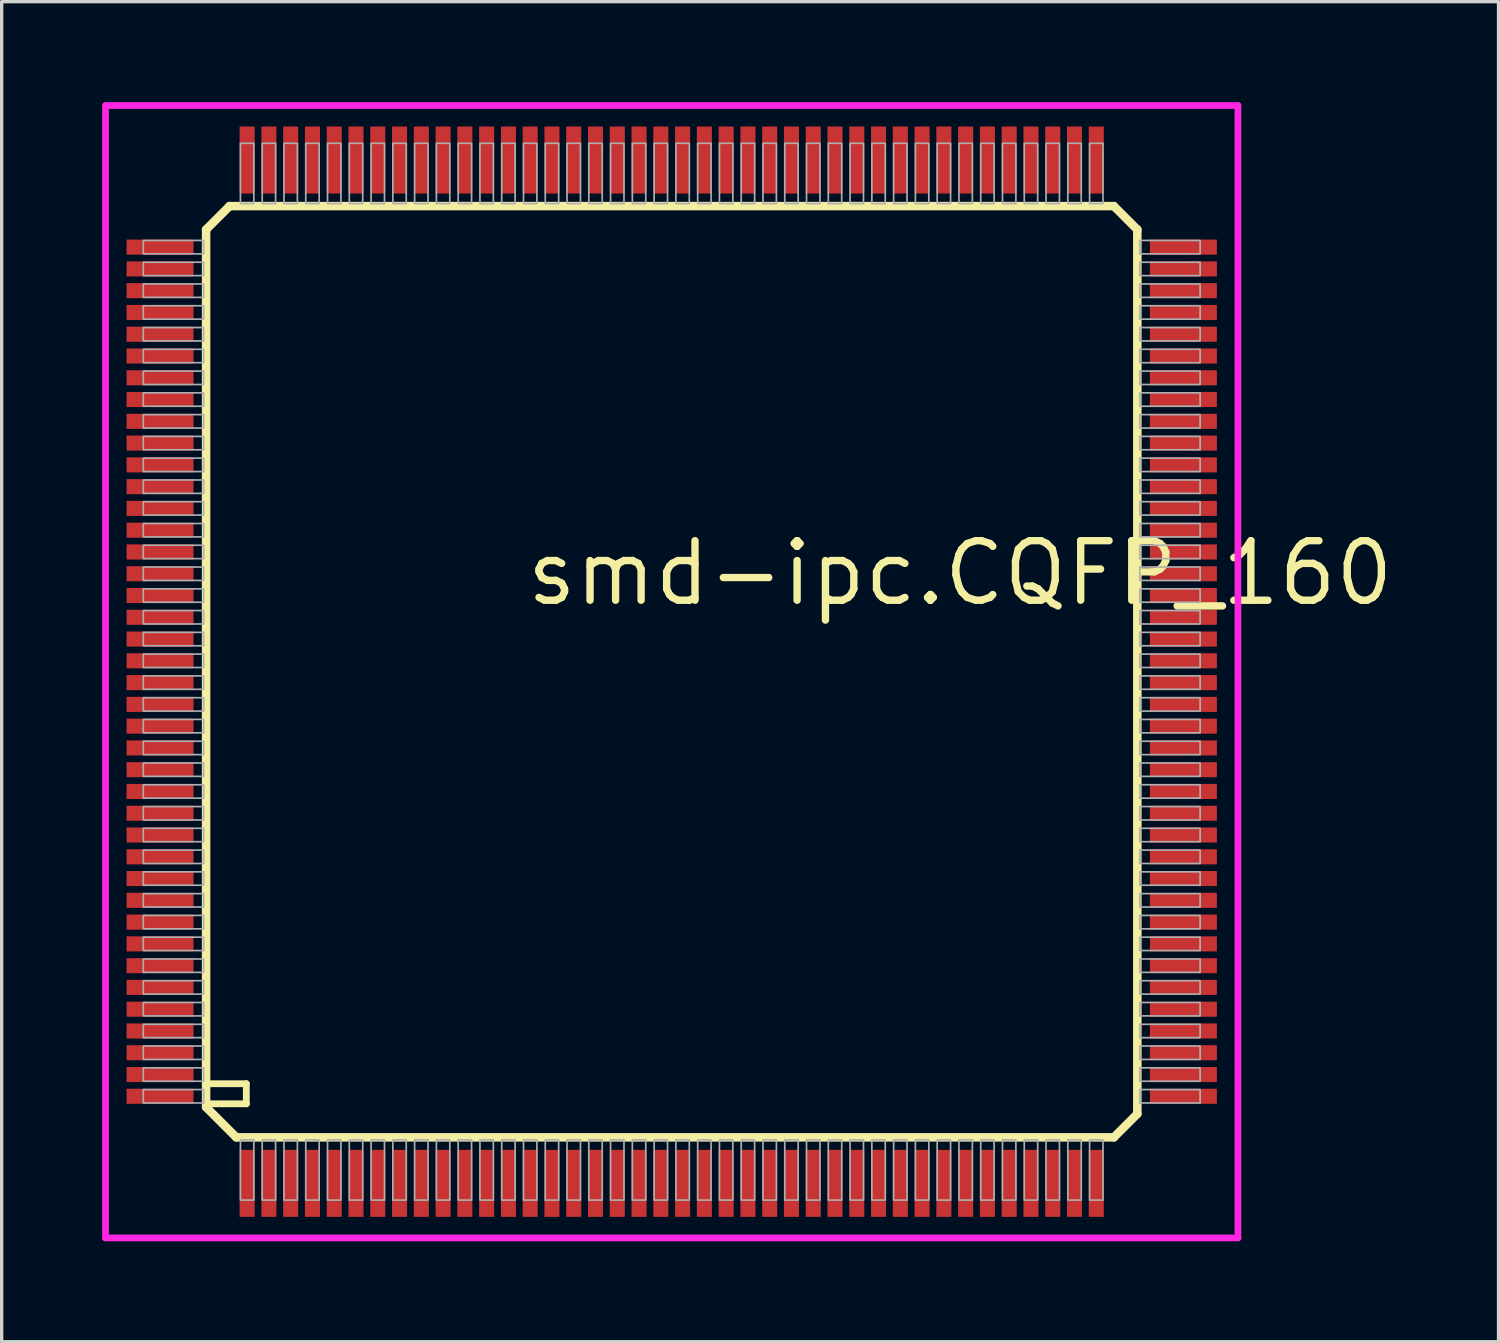
<source format=kicad_pcb>
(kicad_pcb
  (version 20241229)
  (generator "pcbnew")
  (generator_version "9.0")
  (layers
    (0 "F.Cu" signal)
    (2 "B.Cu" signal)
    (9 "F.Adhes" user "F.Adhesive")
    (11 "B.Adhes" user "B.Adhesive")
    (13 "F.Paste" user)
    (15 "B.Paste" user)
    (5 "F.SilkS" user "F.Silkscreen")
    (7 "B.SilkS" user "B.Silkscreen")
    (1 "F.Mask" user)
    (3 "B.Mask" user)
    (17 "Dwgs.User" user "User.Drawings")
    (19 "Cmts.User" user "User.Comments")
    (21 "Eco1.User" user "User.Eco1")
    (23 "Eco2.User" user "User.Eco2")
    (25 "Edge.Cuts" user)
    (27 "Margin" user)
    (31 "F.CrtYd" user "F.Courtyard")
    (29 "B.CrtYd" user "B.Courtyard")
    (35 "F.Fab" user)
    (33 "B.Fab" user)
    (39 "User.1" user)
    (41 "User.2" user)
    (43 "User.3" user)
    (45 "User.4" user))
  (footprint "smd-ipc.CQFP_160"
    (layer "F.Cu")
    (at 17.003 17.003)
    (property "Reference" "smd-ipc.CQFP_160" (at -4.445 -1.905 0) (layer "F.SilkS") (effects (font (size 1.778 1.778) (thickness 0.22)) (justify left bottom)))
    (attr smd)
    (fp_line (start -13.9 -13.2) (end -13.2 -13.9) (stroke (width 0.254) (type default)) (layer "F.SilkS"))
    (fp_line (start -13.9 13) (end -13.9 -13.2) (stroke (width 0.254) (type default)) (layer "F.SilkS"))
    (fp_line (start -13.8 12.3) (end -12.7 12.3) (stroke (width 0.203) (type default)) (layer "F.SilkS"))
    (fp_line (start -13.2 -13.9) (end 13.2 -13.9) (stroke (width 0.254) (type default)) (layer "F.SilkS"))
    (fp_line (start -13 13.9) (end -13.9 13) (stroke (width 0.254) (type default)) (layer "F.SilkS"))
    (fp_line (start -12.7 12.3) (end -12.7 12.9) (stroke (width 0.203) (type default)) (layer "F.SilkS"))
    (fp_line (start -12.7 12.9) (end -13.8 12.9) (stroke (width 0.203) (type default)) (layer "F.SilkS"))
    (fp_line (start 13.2 -13.9) (end 13.9 -13.2) (stroke (width 0.254) (type default)) (layer "F.SilkS"))
    (fp_line (start 13.2 13.9) (end -13 13.9) (stroke (width 0.254) (type default)) (layer "F.SilkS"))
    (fp_line (start 13.9 -13.2) (end 13.9 13.2) (stroke (width 0.254) (type default)) (layer "F.SilkS"))
    (fp_line (start 13.9 13.2) (end 13.2 13.9) (stroke (width 0.254) (type default)) (layer "F.SilkS"))
    (fp_line (start -16.903 -16.903) (end 16.903 -16.903) (stroke (width 0.2) (type default)) (layer "F.CrtYd"))
    (fp_line (start -16.903 16.903) (end -16.903 -16.903) (stroke (width 0.2) (type default)) (layer "F.CrtYd"))
    (fp_line (start 16.903 -16.903) (end 16.903 16.903) (stroke (width 0.2) (type default)) (layer "F.CrtYd"))
    (fp_line (start 16.903 16.903) (end -16.903 16.903) (stroke (width 0.2) (type default)) (layer "F.CrtYd"))
    (fp_rect (start -15.775 -12.475) (end -13.975 -12.875) (stroke (width 0.05) (type default)) (fill no) (layer "F.Fab"))
    (fp_rect (start -15.775 -11.825) (end -13.975 -12.225) (stroke (width 0.05) (type default)) (fill no) (layer "F.Fab"))
    (fp_rect (start -15.775 -11.175) (end -13.975 -11.575) (stroke (width 0.05) (type default)) (fill no) (layer "F.Fab"))
    (fp_rect (start -15.775 -10.525) (end -13.975 -10.925) (stroke (width 0.05) (type default)) (fill no) (layer "F.Fab"))
    (fp_rect (start -15.775 -9.875) (end -13.975 -10.275) (stroke (width 0.05) (type default)) (fill no) (layer "F.Fab"))
    (fp_rect (start -15.775 -9.225) (end -13.975 -9.625) (stroke (width 0.05) (type default)) (fill no) (layer "F.Fab"))
    (fp_rect (start -15.775 -8.575) (end -13.975 -8.975) (stroke (width 0.05) (type default)) (fill no) (layer "F.Fab"))
    (fp_rect (start -15.775 -7.925) (end -13.975 -8.325) (stroke (width 0.05) (type default)) (fill no) (layer "F.Fab"))
    (fp_rect (start -15.775 -7.275) (end -13.975 -7.675) (stroke (width 0.05) (type default)) (fill no) (layer "F.Fab"))
    (fp_rect (start -15.775 -6.625) (end -13.975 -7.025) (stroke (width 0.05) (type default)) (fill no) (layer "F.Fab"))
    (fp_rect (start -15.775 -5.975) (end -13.975 -6.375) (stroke (width 0.05) (type default)) (fill no) (layer "F.Fab"))
    (fp_rect (start -15.775 -5.325) (end -13.975 -5.725) (stroke (width 0.05) (type default)) (fill no) (layer "F.Fab"))
    (fp_rect (start -15.775 -4.675) (end -13.975 -5.075) (stroke (width 0.05) (type default)) (fill no) (layer "F.Fab"))
    (fp_rect (start -15.775 -4.025) (end -13.975 -4.425) (stroke (width 0.05) (type default)) (fill no) (layer "F.Fab"))
    (fp_rect (start -15.775 -3.375) (end -13.975 -3.775) (stroke (width 0.05) (type default)) (fill no) (layer "F.Fab"))
    (fp_rect (start -15.775 -2.725) (end -13.975 -3.125) (stroke (width 0.05) (type default)) (fill no) (layer "F.Fab"))
    (fp_rect (start -15.775 -2.075) (end -13.975 -2.475) (stroke (width 0.05) (type default)) (fill no) (layer "F.Fab"))
    (fp_rect (start -15.775 -1.425) (end -13.975 -1.825) (stroke (width 0.05) (type default)) (fill no) (layer "F.Fab"))
    (fp_rect (start -15.775 -0.775) (end -13.975 -1.175) (stroke (width 0.05) (type default)) (fill no) (layer "F.Fab"))
    (fp_rect (start -15.775 -0.125) (end -13.975 -0.525) (stroke (width 0.05) (type default)) (fill no) (layer "F.Fab"))
    (fp_rect (start -15.775 0.525) (end -13.975 0.125) (stroke (width 0.05) (type default)) (fill no) (layer "F.Fab"))
    (fp_rect (start -15.775 1.175) (end -13.975 0.775) (stroke (width 0.05) (type default)) (fill no) (layer "F.Fab"))
    (fp_rect (start -15.775 1.825) (end -13.975 1.425) (stroke (width 0.05) (type default)) (fill no) (layer "F.Fab"))
    (fp_rect (start -15.775 2.475) (end -13.975 2.075) (stroke (width 0.05) (type default)) (fill no) (layer "F.Fab"))
    (fp_rect (start -15.775 3.125) (end -13.975 2.725) (stroke (width 0.05) (type default)) (fill no) (layer "F.Fab"))
    (fp_rect (start -15.775 3.775) (end -13.975 3.375) (stroke (width 0.05) (type default)) (fill no) (layer "F.Fab"))
    (fp_rect (start -15.775 4.425) (end -13.975 4.025) (stroke (width 0.05) (type default)) (fill no) (layer "F.Fab"))
    (fp_rect (start -15.775 5.075) (end -13.975 4.675) (stroke (width 0.05) (type default)) (fill no) (layer "F.Fab"))
    (fp_rect (start -15.775 5.725) (end -13.975 5.325) (stroke (width 0.05) (type default)) (fill no) (layer "F.Fab"))
    (fp_rect (start -15.775 6.375) (end -13.975 5.975) (stroke (width 0.05) (type default)) (fill no) (layer "F.Fab"))
    (fp_rect (start -15.775 7.025) (end -13.975 6.625) (stroke (width 0.05) (type default)) (fill no) (layer "F.Fab"))
    (fp_rect (start -15.775 7.675) (end -13.975 7.275) (stroke (width 0.05) (type default)) (fill no) (layer "F.Fab"))
    (fp_rect (start -15.775 8.325) (end -13.975 7.925) (stroke (width 0.05) (type default)) (fill no) (layer "F.Fab"))
    (fp_rect (start -15.775 8.975) (end -13.975 8.575) (stroke (width 0.05) (type default)) (fill no) (layer "F.Fab"))
    (fp_rect (start -15.775 9.625) (end -13.975 9.225) (stroke (width 0.05) (type default)) (fill no) (layer "F.Fab"))
    (fp_rect (start -15.775 10.275) (end -13.975 9.875) (stroke (width 0.05) (type default)) (fill no) (layer "F.Fab"))
    (fp_rect (start -15.775 10.925) (end -13.975 10.525) (stroke (width 0.05) (type default)) (fill no) (layer "F.Fab"))
    (fp_rect (start -15.775 11.575) (end -13.975 11.175) (stroke (width 0.05) (type default)) (fill no) (layer "F.Fab"))
    (fp_rect (start -15.775 12.225) (end -13.975 11.825) (stroke (width 0.05) (type default)) (fill no) (layer "F.Fab"))
    (fp_rect (start -15.775 12.875) (end -13.975 12.475) (stroke (width 0.05) (type default)) (fill no) (layer "F.Fab"))
    (fp_rect (start -12.875 -13.975) (end -12.475 -15.775) (stroke (width 0.05) (type default)) (fill no) (layer "F.Fab"))
    (fp_rect (start -12.875 15.775) (end -12.475 13.975) (stroke (width 0.05) (type default)) (fill no) (layer "F.Fab"))
    (fp_rect (start -12.225 -13.975) (end -11.825 -15.775) (stroke (width 0.05) (type default)) (fill no) (layer "F.Fab"))
    (fp_rect (start -12.225 15.775) (end -11.825 13.975) (stroke (width 0.05) (type default)) (fill no) (layer "F.Fab"))
    (fp_rect (start -11.575 -13.975) (end -11.175 -15.775) (stroke (width 0.05) (type default)) (fill no) (layer "F.Fab"))
    (fp_rect (start -11.575 15.775) (end -11.175 13.975) (stroke (width 0.05) (type default)) (fill no) (layer "F.Fab"))
    (fp_rect (start -10.925 -13.975) (end -10.525 -15.775) (stroke (width 0.05) (type default)) (fill no) (layer "F.Fab"))
    (fp_rect (start -10.925 15.775) (end -10.525 13.975) (stroke (width 0.05) (type default)) (fill no) (layer "F.Fab"))
    (fp_rect (start -10.275 -13.975) (end -9.875 -15.775) (stroke (width 0.05) (type default)) (fill no) (layer "F.Fab"))
    (fp_rect (start -10.275 15.775) (end -9.875 13.975) (stroke (width 0.05) (type default)) (fill no) (layer "F.Fab"))
    (fp_rect (start -9.625 -13.975) (end -9.225 -15.775) (stroke (width 0.05) (type default)) (fill no) (layer "F.Fab"))
    (fp_rect (start -9.625 15.775) (end -9.225 13.975) (stroke (width 0.05) (type default)) (fill no) (layer "F.Fab"))
    (fp_rect (start -8.975 -13.975) (end -8.575 -15.775) (stroke (width 0.05) (type default)) (fill no) (layer "F.Fab"))
    (fp_rect (start -8.975 15.775) (end -8.575 13.975) (stroke (width 0.05) (type default)) (fill no) (layer "F.Fab"))
    (fp_rect (start -8.325 -13.975) (end -7.925 -15.775) (stroke (width 0.05) (type default)) (fill no) (layer "F.Fab"))
    (fp_rect (start -8.325 15.775) (end -7.925 13.975) (stroke (width 0.05) (type default)) (fill no) (layer "F.Fab"))
    (fp_rect (start -7.675 15.775) (end -7.275 13.975) (stroke (width 0.05) (type default)) (fill no) (layer "F.Fab"))
    (fp_rect (start -7.675 -13.975) (end -7.275 -15.775) (stroke (width 0.05) (type default)) (fill no) (layer "F.Fab"))
    (fp_rect (start -7.025 -13.975) (end -6.625 -15.775) (stroke (width 0.05) (type default)) (fill no) (layer "F.Fab"))
    (fp_rect (start -7.025 15.775) (end -6.625 13.975) (stroke (width 0.05) (type default)) (fill no) (layer "F.Fab"))
    (fp_rect (start -6.375 -13.975) (end -5.975 -15.775) (stroke (width 0.05) (type default)) (fill no) (layer "F.Fab"))
    (fp_rect (start -6.375 15.775) (end -5.975 13.975) (stroke (width 0.05) (type default)) (fill no) (layer "F.Fab"))
    (fp_rect (start -5.725 -13.975) (end -5.325 -15.775) (stroke (width 0.05) (type default)) (fill no) (layer "F.Fab"))
    (fp_rect (start -5.725 15.775) (end -5.325 13.975) (stroke (width 0.05) (type default)) (fill no) (layer "F.Fab"))
    (fp_rect (start -5.075 -13.975) (end -4.675 -15.775) (stroke (width 0.05) (type default)) (fill no) (layer "F.Fab"))
    (fp_rect (start -5.075 15.775) (end -4.675 13.975) (stroke (width 0.05) (type default)) (fill no) (layer "F.Fab"))
    (fp_rect (start -4.425 -13.975) (end -4.025 -15.775) (stroke (width 0.05) (type default)) (fill no) (layer "F.Fab"))
    (fp_rect (start -4.425 15.775) (end -4.025 13.975) (stroke (width 0.05) (type default)) (fill no) (layer "F.Fab"))
    (fp_rect (start -3.775 -13.975) (end -3.375 -15.775) (stroke (width 0.05) (type default)) (fill no) (layer "F.Fab"))
    (fp_rect (start -3.775 15.775) (end -3.375 13.975) (stroke (width 0.05) (type default)) (fill no) (layer "F.Fab"))
    (fp_rect (start -3.125 -13.975) (end -2.725 -15.775) (stroke (width 0.05) (type default)) (fill no) (layer "F.Fab"))
    (fp_rect (start -3.125 15.775) (end -2.725 13.975) (stroke (width 0.05) (type default)) (fill no) (layer "F.Fab"))
    (fp_rect (start -2.475 -13.975) (end -2.075 -15.775) (stroke (width 0.05) (type default)) (fill no) (layer "F.Fab"))
    (fp_rect (start -2.475 15.775) (end -2.075 13.975) (stroke (width 0.05) (type default)) (fill no) (layer "F.Fab"))
    (fp_rect (start -1.825 -13.975) (end -1.425 -15.775) (stroke (width 0.05) (type default)) (fill no) (layer "F.Fab"))
    (fp_rect (start -1.825 15.775) (end -1.425 13.975) (stroke (width 0.05) (type default)) (fill no) (layer "F.Fab"))
    (fp_rect (start -1.175 -13.975) (end -0.775 -15.775) (stroke (width 0.05) (type default)) (fill no) (layer "F.Fab"))
    (fp_rect (start -1.175 15.775) (end -0.775 13.975) (stroke (width 0.05) (type default)) (fill no) (layer "F.Fab"))
    (fp_rect (start -0.525 -13.975) (end -0.125 -15.775) (stroke (width 0.05) (type default)) (fill no) (layer "F.Fab"))
    (fp_rect (start -0.525 15.775) (end -0.125 13.975) (stroke (width 0.05) (type default)) (fill no) (layer "F.Fab"))
    (fp_rect (start 0.125 -13.975) (end 0.525 -15.775) (stroke (width 0.05) (type default)) (fill no) (layer "F.Fab"))
    (fp_rect (start 0.125 15.775) (end 0.525 13.975) (stroke (width 0.05) (type default)) (fill no) (layer "F.Fab"))
    (fp_rect (start 0.775 -13.975) (end 1.175 -15.775) (stroke (width 0.05) (type default)) (fill no) (layer "F.Fab"))
    (fp_rect (start 0.775 15.775) (end 1.175 13.975) (stroke (width 0.05) (type default)) (fill no) (layer "F.Fab"))
    (fp_rect (start 1.425 -13.975) (end 1.825 -15.775) (stroke (width 0.05) (type default)) (fill no) (layer "F.Fab"))
    (fp_rect (start 1.425 15.775) (end 1.825 13.975) (stroke (width 0.05) (type default)) (fill no) (layer "F.Fab"))
    (fp_rect (start 2.075 -13.975) (end 2.475 -15.775) (stroke (width 0.05) (type default)) (fill no) (layer "F.Fab"))
    (fp_rect (start 2.075 15.775) (end 2.475 13.975) (stroke (width 0.05) (type default)) (fill no) (layer "F.Fab"))
    (fp_rect (start 2.725 -13.975) (end 3.125 -15.775) (stroke (width 0.05) (type default)) (fill no) (layer "F.Fab"))
    (fp_rect (start 2.725 15.775) (end 3.125 13.975) (stroke (width 0.05) (type default)) (fill no) (layer "F.Fab"))
    (fp_rect (start 3.375 -13.975) (end 3.775 -15.775) (stroke (width 0.05) (type default)) (fill no) (layer "F.Fab"))
    (fp_rect (start 3.375 15.775) (end 3.775 13.975) (stroke (width 0.05) (type default)) (fill no) (layer "F.Fab"))
    (fp_rect (start 4.025 15.775) (end 4.425 13.975) (stroke (width 0.05) (type default)) (fill no) (layer "F.Fab"))
    (fp_rect (start 4.025 -13.975) (end 4.425 -15.775) (stroke (width 0.05) (type default)) (fill no) (layer "F.Fab"))
    (fp_rect (start 4.675 15.775) (end 5.075 13.975) (stroke (width 0.05) (type default)) (fill no) (layer "F.Fab"))
    (fp_rect (start 4.675 -13.975) (end 5.075 -15.775) (stroke (width 0.05) (type default)) (fill no) (layer "F.Fab"))
    (fp_rect (start 5.325 -13.975) (end 5.725 -15.775) (stroke (width 0.05) (type default)) (fill no) (layer "F.Fab"))
    (fp_rect (start 5.325 15.775) (end 5.725 13.975) (stroke (width 0.05) (type default)) (fill no) (layer "F.Fab"))
    (fp_rect (start 5.975 -13.975) (end 6.375 -15.775) (stroke (width 0.05) (type default)) (fill no) (layer "F.Fab"))
    (fp_rect (start 5.975 15.775) (end 6.375 13.975) (stroke (width 0.05) (type default)) (fill no) (layer "F.Fab"))
    (fp_rect (start 6.625 -13.975) (end 7.025 -15.775) (stroke (width 0.05) (type default)) (fill no) (layer "F.Fab"))
    (fp_rect (start 6.625 15.775) (end 7.025 13.975) (stroke (width 0.05) (type default)) (fill no) (layer "F.Fab"))
    (fp_rect (start 7.275 -13.975) (end 7.675 -15.775) (stroke (width 0.05) (type default)) (fill no) (layer "F.Fab"))
    (fp_rect (start 7.275 15.775) (end 7.675 13.975) (stroke (width 0.05) (type default)) (fill no) (layer "F.Fab"))
    (fp_rect (start 7.925 -13.975) (end 8.325 -15.775) (stroke (width 0.05) (type default)) (fill no) (layer "F.Fab"))
    (fp_rect (start 7.925 15.775) (end 8.325 13.975) (stroke (width 0.05) (type default)) (fill no) (layer "F.Fab"))
    (fp_rect (start 8.575 -13.975) (end 8.975 -15.775) (stroke (width 0.05) (type default)) (fill no) (layer "F.Fab"))
    (fp_rect (start 8.575 15.775) (end 8.975 13.975) (stroke (width 0.05) (type default)) (fill no) (layer "F.Fab"))
    (fp_rect (start 9.225 -13.975) (end 9.625 -15.775) (stroke (width 0.05) (type default)) (fill no) (layer "F.Fab"))
    (fp_rect (start 9.225 15.775) (end 9.625 13.975) (stroke (width 0.05) (type default)) (fill no) (layer "F.Fab"))
    (fp_rect (start 9.875 -13.975) (end 10.275 -15.775) (stroke (width 0.05) (type default)) (fill no) (layer "F.Fab"))
    (fp_rect (start 9.875 15.775) (end 10.275 13.975) (stroke (width 0.05) (type default)) (fill no) (layer "F.Fab"))
    (fp_rect (start 10.525 -13.975) (end 10.925 -15.775) (stroke (width 0.05) (type default)) (fill no) (layer "F.Fab"))
    (fp_rect (start 10.525 15.775) (end 10.925 13.975) (stroke (width 0.05) (type default)) (fill no) (layer "F.Fab"))
    (fp_rect (start 11.175 -13.975) (end 11.575 -15.775) (stroke (width 0.05) (type default)) (fill no) (layer "F.Fab"))
    (fp_rect (start 11.175 15.775) (end 11.575 13.975) (stroke (width 0.05) (type default)) (fill no) (layer "F.Fab"))
    (fp_rect (start 11.825 -13.975) (end 12.225 -15.775) (stroke (width 0.05) (type default)) (fill no) (layer "F.Fab"))
    (fp_rect (start 11.825 15.775) (end 12.225 13.975) (stroke (width 0.05) (type default)) (fill no) (layer "F.Fab"))
    (fp_rect (start 12.475 -13.975) (end 12.875 -15.775) (stroke (width 0.05) (type default)) (fill no) (layer "F.Fab"))
    (fp_rect (start 12.475 15.775) (end 12.875 13.975) (stroke (width 0.05) (type default)) (fill no) (layer "F.Fab"))
    (fp_rect (start 13.975 -12.475) (end 15.775 -12.875) (stroke (width 0.05) (type default)) (fill no) (layer "F.Fab"))
    (fp_rect (start 13.975 -11.825) (end 15.775 -12.225) (stroke (width 0.05) (type default)) (fill no) (layer "F.Fab"))
    (fp_rect (start 13.975 -11.175) (end 15.775 -11.575) (stroke (width 0.05) (type default)) (fill no) (layer "F.Fab"))
    (fp_rect (start 13.975 -10.525) (end 15.775 -10.925) (stroke (width 0.05) (type default)) (fill no) (layer "F.Fab"))
    (fp_rect (start 13.975 -9.875) (end 15.775 -10.275) (stroke (width 0.05) (type default)) (fill no) (layer "F.Fab"))
    (fp_rect (start 13.975 -9.225) (end 15.775 -9.625) (stroke (width 0.05) (type default)) (fill no) (layer "F.Fab"))
    (fp_rect (start 13.975 -8.575) (end 15.775 -8.975) (stroke (width 0.05) (type default)) (fill no) (layer "F.Fab"))
    (fp_rect (start 13.975 -7.925) (end 15.775 -8.325) (stroke (width 0.05) (type default)) (fill no) (layer "F.Fab"))
    (fp_rect (start 13.975 -7.275) (end 15.775 -7.675) (stroke (width 0.05) (type default)) (fill no) (layer "F.Fab"))
    (fp_rect (start 13.975 -6.625) (end 15.775 -7.025) (stroke (width 0.05) (type default)) (fill no) (layer "F.Fab"))
    (fp_rect (start 13.975 -5.975) (end 15.775 -6.375) (stroke (width 0.05) (type default)) (fill no) (layer "F.Fab"))
    (fp_rect (start 13.975 -5.325) (end 15.775 -5.725) (stroke (width 0.05) (type default)) (fill no) (layer "F.Fab"))
    (fp_rect (start 13.975 -4.675) (end 15.775 -5.075) (stroke (width 0.05) (type default)) (fill no) (layer "F.Fab"))
    (fp_rect (start 13.975 -4.025) (end 15.775 -4.425) (stroke (width 0.05) (type default)) (fill no) (layer "F.Fab"))
    (fp_rect (start 13.975 -3.375) (end 15.775 -3.775) (stroke (width 0.05) (type default)) (fill no) (layer "F.Fab"))
    (fp_rect (start 13.975 -2.725) (end 15.775 -3.125) (stroke (width 0.05) (type default)) (fill no) (layer "F.Fab"))
    (fp_rect (start 13.975 -2.075) (end 15.775 -2.475) (stroke (width 0.05) (type default)) (fill no) (layer "F.Fab"))
    (fp_rect (start 13.975 -1.425) (end 15.775 -1.825) (stroke (width 0.05) (type default)) (fill no) (layer "F.Fab"))
    (fp_rect (start 13.975 -0.775) (end 15.775 -1.175) (stroke (width 0.05) (type default)) (fill no) (layer "F.Fab"))
    (fp_rect (start 13.975 -0.125) (end 15.775 -0.525) (stroke (width 0.05) (type default)) (fill no) (layer "F.Fab"))
    (fp_rect (start 13.975 0.525) (end 15.775 0.125) (stroke (width 0.05) (type default)) (fill no) (layer "F.Fab"))
    (fp_rect (start 13.975 1.175) (end 15.775 0.775) (stroke (width 0.05) (type default)) (fill no) (layer "F.Fab"))
    (fp_rect (start 13.975 1.825) (end 15.775 1.425) (stroke (width 0.05) (type default)) (fill no) (layer "F.Fab"))
    (fp_rect (start 13.975 2.475) (end 15.775 2.075) (stroke (width 0.05) (type default)) (fill no) (layer "F.Fab"))
    (fp_rect (start 13.975 3.125) (end 15.775 2.725) (stroke (width 0.05) (type default)) (fill no) (layer "F.Fab"))
    (fp_rect (start 13.975 3.775) (end 15.775 3.375) (stroke (width 0.05) (type default)) (fill no) (layer "F.Fab"))
    (fp_rect (start 13.975 4.425) (end 15.775 4.025) (stroke (width 0.05) (type default)) (fill no) (layer "F.Fab"))
    (fp_rect (start 13.975 5.075) (end 15.775 4.675) (stroke (width 0.05) (type default)) (fill no) (layer "F.Fab"))
    (fp_rect (start 13.975 5.725) (end 15.775 5.325) (stroke (width 0.05) (type default)) (fill no) (layer "F.Fab"))
    (fp_rect (start 13.975 6.375) (end 15.775 5.975) (stroke (width 0.05) (type default)) (fill no) (layer "F.Fab"))
    (fp_rect (start 13.975 7.025) (end 15.775 6.625) (stroke (width 0.05) (type default)) (fill no) (layer "F.Fab"))
    (fp_rect (start 13.975 7.675) (end 15.775 7.275) (stroke (width 0.05) (type default)) (fill no) (layer "F.Fab"))
    (fp_rect (start 13.975 8.325) (end 15.775 7.925) (stroke (width 0.05) (type default)) (fill no) (layer "F.Fab"))
    (fp_rect (start 13.975 8.975) (end 15.775 8.575) (stroke (width 0.05) (type default)) (fill no) (layer "F.Fab"))
    (fp_rect (start 13.975 9.625) (end 15.775 9.225) (stroke (width 0.05) (type default)) (fill no) (layer "F.Fab"))
    (fp_rect (start 13.975 10.275) (end 15.775 9.875) (stroke (width 0.05) (type default)) (fill no) (layer "F.Fab"))
    (fp_rect (start 13.975 10.925) (end 15.775 10.525) (stroke (width 0.05) (type default)) (fill no) (layer "F.Fab"))
    (fp_rect (start 13.975 11.575) (end 15.775 11.175) (stroke (width 0.05) (type default)) (fill no) (layer "F.Fab"))
    (fp_rect (start 13.975 12.225) (end 15.775 11.825) (stroke (width 0.05) (type default)) (fill no) (layer "F.Fab"))
    (fp_rect (start 13.975 12.875) (end 15.775 12.475) (stroke (width 0.05) (type default)) (fill no) (layer "F.Fab"))
    (pad "1" smd roundrect (at -12.675 15.275) (size 0.45 2) (layers "F.Cu" "F.Mask" "F.Paste") (roundrect_rratio 0.01))
    (pad "2" smd roundrect (at -12.025 15.275) (size 0.45 2) (layers "F.Cu" "F.Mask" "F.Paste") (roundrect_rratio 0.01))
    (pad "3" smd roundrect (at -11.375 15.275) (size 0.45 2) (layers "F.Cu" "F.Mask" "F.Paste") (roundrect_rratio 0.01))
    (pad "4" smd roundrect (at -10.725 15.275) (size 0.45 2) (layers "F.Cu" "F.Mask" "F.Paste") (roundrect_rratio 0.01))
    (pad "5" smd roundrect (at -10.075 15.275) (size 0.45 2) (layers "F.Cu" "F.Mask" "F.Paste") (roundrect_rratio 0.01))
    (pad "6" smd roundrect (at -9.425 15.275) (size 0.45 2) (layers "F.Cu" "F.Mask" "F.Paste") (roundrect_rratio 0.01))
    (pad "7" smd roundrect (at -8.775 15.275) (size 0.45 2) (layers "F.Cu" "F.Mask" "F.Paste") (roundrect_rratio 0.01))
    (pad "8" smd roundrect (at -8.125 15.275) (size 0.45 2) (layers "F.Cu" "F.Mask" "F.Paste") (roundrect_rratio 0.01))
    (pad "9" smd roundrect (at -7.475 15.275) (size 0.45 2) (layers "F.Cu" "F.Mask" "F.Paste") (roundrect_rratio 0.01))
    (pad "10" smd roundrect (at -6.825 15.275) (size 0.45 2) (layers "F.Cu" "F.Mask" "F.Paste") (roundrect_rratio 0.01))
    (pad "11" smd roundrect (at -6.175 15.275) (size 0.45 2) (layers "F.Cu" "F.Mask" "F.Paste") (roundrect_rratio 0.01))
    (pad "12" smd roundrect (at -5.525 15.275) (size 0.45 2) (layers "F.Cu" "F.Mask" "F.Paste") (roundrect_rratio 0.01))
    (pad "13" smd roundrect (at -4.875 15.275) (size 0.45 2) (layers "F.Cu" "F.Mask" "F.Paste") (roundrect_rratio 0.01))
    (pad "14" smd roundrect (at -4.225 15.275) (size 0.45 2) (layers "F.Cu" "F.Mask" "F.Paste") (roundrect_rratio 0.01))
    (pad "15" smd roundrect (at -3.575 15.275) (size 0.45 2) (layers "F.Cu" "F.Mask" "F.Paste") (roundrect_rratio 0.01))
    (pad "16" smd roundrect (at -2.925 15.275) (size 0.45 2) (layers "F.Cu" "F.Mask" "F.Paste") (roundrect_rratio 0.01))
    (pad "17" smd roundrect (at -2.275 15.275) (size 0.45 2) (layers "F.Cu" "F.Mask" "F.Paste") (roundrect_rratio 0.01))
    (pad "18" smd roundrect (at -1.625 15.275) (size 0.45 2) (layers "F.Cu" "F.Mask" "F.Paste") (roundrect_rratio 0.01))
    (pad "19" smd roundrect (at -0.975 15.275) (size 0.45 2) (layers "F.Cu" "F.Mask" "F.Paste") (roundrect_rratio 0.01))
    (pad "20" smd roundrect (at -0.325 15.275) (size 0.45 2) (layers "F.Cu" "F.Mask" "F.Paste") (roundrect_rratio 0.01))
    (pad "21" smd roundrect (at 0.325 15.275) (size 0.45 2) (layers "F.Cu" "F.Mask" "F.Paste") (roundrect_rratio 0.01))
    (pad "22" smd roundrect (at 0.975 15.275) (size 0.45 2) (layers "F.Cu" "F.Mask" "F.Paste") (roundrect_rratio 0.01))
    (pad "23" smd roundrect (at 1.625 15.275) (size 0.45 2) (layers "F.Cu" "F.Mask" "F.Paste") (roundrect_rratio 0.01))
    (pad "24" smd roundrect (at 2.275 15.275) (size 0.45 2) (layers "F.Cu" "F.Mask" "F.Paste") (roundrect_rratio 0.01))
    (pad "25" smd roundrect (at 2.925 15.275) (size 0.45 2) (layers "F.Cu" "F.Mask" "F.Paste") (roundrect_rratio 0.01))
    (pad "26" smd roundrect (at 3.575 15.275) (size 0.45 2) (layers "F.Cu" "F.Mask" "F.Paste") (roundrect_rratio 0.01))
    (pad "27" smd roundrect (at 4.225 15.275) (size 0.45 2) (layers "F.Cu" "F.Mask" "F.Paste") (roundrect_rratio 0.01))
    (pad "28" smd roundrect (at 4.875 15.275) (size 0.45 2) (layers "F.Cu" "F.Mask" "F.Paste") (roundrect_rratio 0.01))
    (pad "29" smd roundrect (at 5.525 15.275) (size 0.45 2) (layers "F.Cu" "F.Mask" "F.Paste") (roundrect_rratio 0.01))
    (pad "30" smd roundrect (at 6.175 15.275) (size 0.45 2) (layers "F.Cu" "F.Mask" "F.Paste") (roundrect_rratio 0.01))
    (pad "31" smd roundrect (at 6.825 15.275) (size 0.45 2) (layers "F.Cu" "F.Mask" "F.Paste") (roundrect_rratio 0.01))
    (pad "32" smd roundrect (at 7.475 15.275) (size 0.45 2) (layers "F.Cu" "F.Mask" "F.Paste") (roundrect_rratio 0.01))
    (pad "33" smd roundrect (at 8.125 15.275) (size 0.45 2) (layers "F.Cu" "F.Mask" "F.Paste") (roundrect_rratio 0.01))
    (pad "34" smd roundrect (at 8.775 15.275) (size 0.45 2) (layers "F.Cu" "F.Mask" "F.Paste") (roundrect_rratio 0.01))
    (pad "35" smd roundrect (at 9.425 15.275) (size 0.45 2) (layers "F.Cu" "F.Mask" "F.Paste") (roundrect_rratio 0.01))
    (pad "36" smd roundrect (at 10.075 15.275) (size 0.45 2) (layers "F.Cu" "F.Mask" "F.Paste") (roundrect_rratio 0.01))
    (pad "37" smd roundrect (at 10.725 15.275) (size 0.45 2) (layers "F.Cu" "F.Mask" "F.Paste") (roundrect_rratio 0.01))
    (pad "38" smd roundrect (at 11.375 15.275) (size 0.45 2) (layers "F.Cu" "F.Mask" "F.Paste") (roundrect_rratio 0.01))
    (pad "39" smd roundrect (at 12.025 15.275) (size 0.45 2) (layers "F.Cu" "F.Mask" "F.Paste") (roundrect_rratio 0.01))
    (pad "40" smd roundrect (at 12.675 15.275) (size 0.45 2) (layers "F.Cu" "F.Mask" "F.Paste") (roundrect_rratio 0.01))
    (pad "41" smd roundrect (at 15.275 12.675) (size 2 0.45) (layers "F.Cu" "F.Mask" "F.Paste") (roundrect_rratio 0.01))
    (pad "42" smd roundrect (at 15.275 12.025) (size 2 0.45) (layers "F.Cu" "F.Mask" "F.Paste") (roundrect_rratio 0.01))
    (pad "43" smd roundrect (at 15.275 11.375) (size 2 0.45) (layers "F.Cu" "F.Mask" "F.Paste") (roundrect_rratio 0.01))
    (pad "44" smd roundrect (at 15.275 10.725) (size 2 0.45) (layers "F.Cu" "F.Mask" "F.Paste") (roundrect_rratio 0.01))
    (pad "45" smd roundrect (at 15.275 10.075) (size 2 0.45) (layers "F.Cu" "F.Mask" "F.Paste") (roundrect_rratio 0.01))
    (pad "46" smd roundrect (at 15.275 9.425) (size 2 0.45) (layers "F.Cu" "F.Mask" "F.Paste") (roundrect_rratio 0.01))
    (pad "47" smd roundrect (at 15.275 8.775) (size 2 0.45) (layers "F.Cu" "F.Mask" "F.Paste") (roundrect_rratio 0.01))
    (pad "48" smd roundrect (at 15.275 8.125) (size 2 0.45) (layers "F.Cu" "F.Mask" "F.Paste") (roundrect_rratio 0.01))
    (pad "49" smd roundrect (at 15.275 7.475) (size 2 0.45) (layers "F.Cu" "F.Mask" "F.Paste") (roundrect_rratio 0.01))
    (pad "50" smd roundrect (at 15.275 6.825) (size 2 0.45) (layers "F.Cu" "F.Mask" "F.Paste") (roundrect_rratio 0.01))
    (pad "51" smd roundrect (at 15.275 6.175) (size 2 0.45) (layers "F.Cu" "F.Mask" "F.Paste") (roundrect_rratio 0.01))
    (pad "52" smd roundrect (at 15.275 5.525) (size 2 0.45) (layers "F.Cu" "F.Mask" "F.Paste") (roundrect_rratio 0.01))
    (pad "53" smd roundrect (at 15.275 4.875) (size 2 0.45) (layers "F.Cu" "F.Mask" "F.Paste") (roundrect_rratio 0.01))
    (pad "54" smd roundrect (at 15.275 4.225) (size 2 0.45) (layers "F.Cu" "F.Mask" "F.Paste") (roundrect_rratio 0.01))
    (pad "55" smd roundrect (at 15.275 3.575) (size 2 0.45) (layers "F.Cu" "F.Mask" "F.Paste") (roundrect_rratio 0.01))
    (pad "56" smd roundrect (at 15.275 2.925) (size 2 0.45) (layers "F.Cu" "F.Mask" "F.Paste") (roundrect_rratio 0.01))
    (pad "57" smd roundrect (at 15.275 2.275) (size 2 0.45) (layers "F.Cu" "F.Mask" "F.Paste") (roundrect_rratio 0.01))
    (pad "58" smd roundrect (at 15.275 1.625) (size 2 0.45) (layers "F.Cu" "F.Mask" "F.Paste") (roundrect_rratio 0.01))
    (pad "59" smd roundrect (at 15.275 0.975) (size 2 0.45) (layers "F.Cu" "F.Mask" "F.Paste") (roundrect_rratio 0.01))
    (pad "60" smd roundrect (at 15.275 0.325) (size 2 0.45) (layers "F.Cu" "F.Mask" "F.Paste") (roundrect_rratio 0.01))
    (pad "61" smd roundrect (at 15.275 -0.325) (size 2 0.45) (layers "F.Cu" "F.Mask" "F.Paste") (roundrect_rratio 0.01))
    (pad "62" smd roundrect (at 15.275 -0.975) (size 2 0.45) (layers "F.Cu" "F.Mask" "F.Paste") (roundrect_rratio 0.01))
    (pad "63" smd roundrect (at 15.275 -1.625) (size 2 0.45) (layers "F.Cu" "F.Mask" "F.Paste") (roundrect_rratio 0.01))
    (pad "64" smd roundrect (at 15.275 -2.275) (size 2 0.45) (layers "F.Cu" "F.Mask" "F.Paste") (roundrect_rratio 0.01))
    (pad "65" smd roundrect (at 15.275 -2.925) (size 2 0.45) (layers "F.Cu" "F.Mask" "F.Paste") (roundrect_rratio 0.01))
    (pad "66" smd roundrect (at 15.275 -3.575) (size 2 0.45) (layers "F.Cu" "F.Mask" "F.Paste") (roundrect_rratio 0.01))
    (pad "67" smd roundrect (at 15.275 -4.225) (size 2 0.45) (layers "F.Cu" "F.Mask" "F.Paste") (roundrect_rratio 0.01))
    (pad "68" smd roundrect (at 15.275 -4.875) (size 2 0.45) (layers "F.Cu" "F.Mask" "F.Paste") (roundrect_rratio 0.01))
    (pad "69" smd roundrect (at 15.275 -5.525) (size 2 0.45) (layers "F.Cu" "F.Mask" "F.Paste") (roundrect_rratio 0.01))
    (pad "70" smd roundrect (at 15.275 -6.175) (size 2 0.45) (layers "F.Cu" "F.Mask" "F.Paste") (roundrect_rratio 0.01))
    (pad "71" smd roundrect (at 15.275 -6.825) (size 2 0.45) (layers "F.Cu" "F.Mask" "F.Paste") (roundrect_rratio 0.01))
    (pad "72" smd roundrect (at 15.275 -7.475) (size 2 0.45) (layers "F.Cu" "F.Mask" "F.Paste") (roundrect_rratio 0.01))
    (pad "73" smd roundrect (at 15.275 -8.125) (size 2 0.45) (layers "F.Cu" "F.Mask" "F.Paste") (roundrect_rratio 0.01))
    (pad "74" smd roundrect (at 15.275 -8.775) (size 2 0.45) (layers "F.Cu" "F.Mask" "F.Paste") (roundrect_rratio 0.01))
    (pad "75" smd roundrect (at 15.275 -9.425) (size 2 0.45) (layers "F.Cu" "F.Mask" "F.Paste") (roundrect_rratio 0.01))
    (pad "76" smd roundrect (at 15.275 -10.075) (size 2 0.45) (layers "F.Cu" "F.Mask" "F.Paste") (roundrect_rratio 0.01))
    (pad "77" smd roundrect (at 15.275 -10.725) (size 2 0.45) (layers "F.Cu" "F.Mask" "F.Paste") (roundrect_rratio 0.01))
    (pad "78" smd roundrect (at 15.275 -11.375) (size 2 0.45) (layers "F.Cu" "F.Mask" "F.Paste") (roundrect_rratio 0.01))
    (pad "79" smd roundrect (at 15.275 -12.025) (size 2 0.45) (layers "F.Cu" "F.Mask" "F.Paste") (roundrect_rratio 0.01))
    (pad "80" smd roundrect (at 15.275 -12.675) (size 2 0.45) (layers "F.Cu" "F.Mask" "F.Paste") (roundrect_rratio 0.01))
    (pad "81" smd roundrect (at 12.675 -15.275) (size 0.45 2) (layers "F.Cu" "F.Mask" "F.Paste") (roundrect_rratio 0.01))
    (pad "82" smd roundrect (at 12.025 -15.275) (size 0.45 2) (layers "F.Cu" "F.Mask" "F.Paste") (roundrect_rratio 0.01))
    (pad "83" smd roundrect (at 11.375 -15.275) (size 0.45 2) (layers "F.Cu" "F.Mask" "F.Paste") (roundrect_rratio 0.01))
    (pad "84" smd roundrect (at 10.725 -15.275) (size 0.45 2) (layers "F.Cu" "F.Mask" "F.Paste") (roundrect_rratio 0.01))
    (pad "85" smd roundrect (at 10.075 -15.275) (size 0.45 2) (layers "F.Cu" "F.Mask" "F.Paste") (roundrect_rratio 0.01))
    (pad "86" smd roundrect (at 9.425 -15.275) (size 0.45 2) (layers "F.Cu" "F.Mask" "F.Paste") (roundrect_rratio 0.01))
    (pad "87" smd roundrect (at 8.775 -15.275) (size 0.45 2) (layers "F.Cu" "F.Mask" "F.Paste") (roundrect_rratio 0.01))
    (pad "88" smd roundrect (at 8.125 -15.275) (size 0.45 2) (layers "F.Cu" "F.Mask" "F.Paste") (roundrect_rratio 0.01))
    (pad "89" smd roundrect (at 7.475 -15.275) (size 0.45 2) (layers "F.Cu" "F.Mask" "F.Paste") (roundrect_rratio 0.01))
    (pad "90" smd roundrect (at 6.825 -15.275) (size 0.45 2) (layers "F.Cu" "F.Mask" "F.Paste") (roundrect_rratio 0.01))
    (pad "91" smd roundrect (at 6.175 -15.275) (size 0.45 2) (layers "F.Cu" "F.Mask" "F.Paste") (roundrect_rratio 0.01))
    (pad "92" smd roundrect (at 5.525 -15.275) (size 0.45 2) (layers "F.Cu" "F.Mask" "F.Paste") (roundrect_rratio 0.01))
    (pad "93" smd roundrect (at 4.875 -15.275) (size 0.45 2) (layers "F.Cu" "F.Mask" "F.Paste") (roundrect_rratio 0.01))
    (pad "94" smd roundrect (at 4.225 -15.275) (size 0.45 2) (layers "F.Cu" "F.Mask" "F.Paste") (roundrect_rratio 0.01))
    (pad "95" smd roundrect (at 3.575 -15.275) (size 0.45 2) (layers "F.Cu" "F.Mask" "F.Paste") (roundrect_rratio 0.01))
    (pad "96" smd roundrect (at 2.925 -15.275) (size 0.45 2) (layers "F.Cu" "F.Mask" "F.Paste") (roundrect_rratio 0.01))
    (pad "97" smd roundrect (at 2.275 -15.275) (size 0.45 2) (layers "F.Cu" "F.Mask" "F.Paste") (roundrect_rratio 0.01))
    (pad "98" smd roundrect (at 1.625 -15.275) (size 0.45 2) (layers "F.Cu" "F.Mask" "F.Paste") (roundrect_rratio 0.01))
    (pad "99" smd roundrect (at 0.975 -15.275) (size 0.45 2) (layers "F.Cu" "F.Mask" "F.Paste") (roundrect_rratio 0.01))
    (pad "100" smd roundrect (at 0.325 -15.275) (size 0.45 2) (layers "F.Cu" "F.Mask" "F.Paste") (roundrect_rratio 0.01))
    (pad "101" smd roundrect (at -0.325 -15.275) (size 0.45 2) (layers "F.Cu" "F.Mask" "F.Paste") (roundrect_rratio 0.01))
    (pad "102" smd roundrect (at -0.975 -15.275) (size 0.45 2) (layers "F.Cu" "F.Mask" "F.Paste") (roundrect_rratio 0.01))
    (pad "103" smd roundrect (at -1.625 -15.275) (size 0.45 2) (layers "F.Cu" "F.Mask" "F.Paste") (roundrect_rratio 0.01))
    (pad "104" smd roundrect (at -2.275 -15.275) (size 0.45 2) (layers "F.Cu" "F.Mask" "F.Paste") (roundrect_rratio 0.01))
    (pad "105" smd roundrect (at -2.925 -15.275) (size 0.45 2) (layers "F.Cu" "F.Mask" "F.Paste") (roundrect_rratio 0.01))
    (pad "106" smd roundrect (at -3.575 -15.275) (size 0.45 2) (layers "F.Cu" "F.Mask" "F.Paste") (roundrect_rratio 0.01))
    (pad "107" smd roundrect (at -4.225 -15.275) (size 0.45 2) (layers "F.Cu" "F.Mask" "F.Paste") (roundrect_rratio 0.01))
    (pad "108" smd roundrect (at -4.875 -15.275) (size 0.45 2) (layers "F.Cu" "F.Mask" "F.Paste") (roundrect_rratio 0.01))
    (pad "109" smd roundrect (at -5.525 -15.275) (size 0.45 2) (layers "F.Cu" "F.Mask" "F.Paste") (roundrect_rratio 0.01))
    (pad "110" smd roundrect (at -6.175 -15.275) (size 0.45 2) (layers "F.Cu" "F.Mask" "F.Paste") (roundrect_rratio 0.01))
    (pad "111" smd roundrect (at -6.825 -15.275) (size 0.45 2) (layers "F.Cu" "F.Mask" "F.Paste") (roundrect_rratio 0.01))
    (pad "112" smd roundrect (at -7.475 -15.275) (size 0.45 2) (layers "F.Cu" "F.Mask" "F.Paste") (roundrect_rratio 0.01))
    (pad "113" smd roundrect (at -8.125 -15.275) (size 0.45 2) (layers "F.Cu" "F.Mask" "F.Paste") (roundrect_rratio 0.01))
    (pad "114" smd roundrect (at -8.775 -15.275) (size 0.45 2) (layers "F.Cu" "F.Mask" "F.Paste") (roundrect_rratio 0.01))
    (pad "115" smd roundrect (at -9.425 -15.275) (size 0.45 2) (layers "F.Cu" "F.Mask" "F.Paste") (roundrect_rratio 0.01))
    (pad "116" smd roundrect (at -10.075 -15.275) (size 0.45 2) (layers "F.Cu" "F.Mask" "F.Paste") (roundrect_rratio 0.01))
    (pad "117" smd roundrect (at -10.725 -15.275) (size 0.45 2) (layers "F.Cu" "F.Mask" "F.Paste") (roundrect_rratio 0.01))
    (pad "118" smd roundrect (at -11.375 -15.275) (size 0.45 2) (layers "F.Cu" "F.Mask" "F.Paste") (roundrect_rratio 0.01))
    (pad "119" smd roundrect (at -12.025 -15.275) (size 0.45 2) (layers "F.Cu" "F.Mask" "F.Paste") (roundrect_rratio 0.01))
    (pad "120" smd roundrect (at -12.675 -15.275) (size 0.45 2) (layers "F.Cu" "F.Mask" "F.Paste") (roundrect_rratio 0.01))
    (pad "121" smd roundrect (at -15.275 -12.675) (size 2 0.45) (layers "F.Cu" "F.Mask" "F.Paste") (roundrect_rratio 0.01))
    (pad "122" smd roundrect (at -15.275 -12.025) (size 2 0.45) (layers "F.Cu" "F.Mask" "F.Paste") (roundrect_rratio 0.01))
    (pad "123" smd roundrect (at -15.275 -11.375) (size 2 0.45) (layers "F.Cu" "F.Mask" "F.Paste") (roundrect_rratio 0.01))
    (pad "124" smd roundrect (at -15.275 -10.725) (size 2 0.45) (layers "F.Cu" "F.Mask" "F.Paste") (roundrect_rratio 0.01))
    (pad "125" smd roundrect (at -15.275 -10.075) (size 2 0.45) (layers "F.Cu" "F.Mask" "F.Paste") (roundrect_rratio 0.01))
    (pad "126" smd roundrect (at -15.275 -9.425) (size 2 0.45) (layers "F.Cu" "F.Mask" "F.Paste") (roundrect_rratio 0.01))
    (pad "127" smd roundrect (at -15.275 -8.775) (size 2 0.45) (layers "F.Cu" "F.Mask" "F.Paste") (roundrect_rratio 0.01))
    (pad "128" smd roundrect (at -15.275 -8.125) (size 2 0.45) (layers "F.Cu" "F.Mask" "F.Paste") (roundrect_rratio 0.01))
    (pad "129" smd roundrect (at -15.275 -7.475) (size 2 0.45) (layers "F.Cu" "F.Mask" "F.Paste") (roundrect_rratio 0.01))
    (pad "130" smd roundrect (at -15.275 -6.825) (size 2 0.45) (layers "F.Cu" "F.Mask" "F.Paste") (roundrect_rratio 0.01))
    (pad "131" smd roundrect (at -15.275 -6.175) (size 2 0.45) (layers "F.Cu" "F.Mask" "F.Paste") (roundrect_rratio 0.01))
    (pad "132" smd roundrect (at -15.275 -5.525) (size 2 0.45) (layers "F.Cu" "F.Mask" "F.Paste") (roundrect_rratio 0.01))
    (pad "133" smd roundrect (at -15.275 -4.875) (size 2 0.45) (layers "F.Cu" "F.Mask" "F.Paste") (roundrect_rratio 0.01))
    (pad "134" smd roundrect (at -15.275 -4.225) (size 2 0.45) (layers "F.Cu" "F.Mask" "F.Paste") (roundrect_rratio 0.01))
    (pad "135" smd roundrect (at -15.275 -3.575) (size 2 0.45) (layers "F.Cu" "F.Mask" "F.Paste") (roundrect_rratio 0.01))
    (pad "136" smd roundrect (at -15.275 -2.925) (size 2 0.45) (layers "F.Cu" "F.Mask" "F.Paste") (roundrect_rratio 0.01))
    (pad "137" smd roundrect (at -15.275 -2.275) (size 2 0.45) (layers "F.Cu" "F.Mask" "F.Paste") (roundrect_rratio 0.01))
    (pad "138" smd roundrect (at -15.275 -1.625) (size 2 0.45) (layers "F.Cu" "F.Mask" "F.Paste") (roundrect_rratio 0.01))
    (pad "139" smd roundrect (at -15.275 -0.975) (size 2 0.45) (layers "F.Cu" "F.Mask" "F.Paste") (roundrect_rratio 0.01))
    (pad "140" smd roundrect (at -15.275 -0.325) (size 2 0.45) (layers "F.Cu" "F.Mask" "F.Paste") (roundrect_rratio 0.01))
    (pad "141" smd roundrect (at -15.275 0.325) (size 2 0.45) (layers "F.Cu" "F.Mask" "F.Paste") (roundrect_rratio 0.01))
    (pad "142" smd roundrect (at -15.275 0.975) (size 2 0.45) (layers "F.Cu" "F.Mask" "F.Paste") (roundrect_rratio 0.01))
    (pad "143" smd roundrect (at -15.275 1.625) (size 2 0.45) (layers "F.Cu" "F.Mask" "F.Paste") (roundrect_rratio 0.01))
    (pad "144" smd roundrect (at -15.275 2.275) (size 2 0.45) (layers "F.Cu" "F.Mask" "F.Paste") (roundrect_rratio 0.01))
    (pad "145" smd roundrect (at -15.275 2.925) (size 2 0.45) (layers "F.Cu" "F.Mask" "F.Paste") (roundrect_rratio 0.01))
    (pad "146" smd roundrect (at -15.275 3.575) (size 2 0.45) (layers "F.Cu" "F.Mask" "F.Paste") (roundrect_rratio 0.01))
    (pad "147" smd roundrect (at -15.275 4.225) (size 2 0.45) (layers "F.Cu" "F.Mask" "F.Paste") (roundrect_rratio 0.01))
    (pad "148" smd roundrect (at -15.275 4.875) (size 2 0.45) (layers "F.Cu" "F.Mask" "F.Paste") (roundrect_rratio 0.01))
    (pad "149" smd roundrect (at -15.275 5.525) (size 2 0.45) (layers "F.Cu" "F.Mask" "F.Paste") (roundrect_rratio 0.01))
    (pad "150" smd roundrect (at -15.275 6.175) (size 2 0.45) (layers "F.Cu" "F.Mask" "F.Paste") (roundrect_rratio 0.01))
    (pad "151" smd roundrect (at -15.275 6.825) (size 2 0.45) (layers "F.Cu" "F.Mask" "F.Paste") (roundrect_rratio 0.01))
    (pad "152" smd roundrect (at -15.275 7.475) (size 2 0.45) (layers "F.Cu" "F.Mask" "F.Paste") (roundrect_rratio 0.01))
    (pad "153" smd roundrect (at -15.275 8.125) (size 2 0.45) (layers "F.Cu" "F.Mask" "F.Paste") (roundrect_rratio 0.01))
    (pad "154" smd roundrect (at -15.275 8.775) (size 2 0.45) (layers "F.Cu" "F.Mask" "F.Paste") (roundrect_rratio 0.01))
    (pad "155" smd roundrect (at -15.275 9.425) (size 2 0.45) (layers "F.Cu" "F.Mask" "F.Paste") (roundrect_rratio 0.01))
    (pad "156" smd roundrect (at -15.275 10.075) (size 2 0.45) (layers "F.Cu" "F.Mask" "F.Paste") (roundrect_rratio 0.01))
    (pad "157" smd roundrect (at -15.275 10.725) (size 2 0.45) (layers "F.Cu" "F.Mask" "F.Paste") (roundrect_rratio 0.01))
    (pad "158" smd roundrect (at -15.275 11.375) (size 2 0.45) (layers "F.Cu" "F.Mask" "F.Paste") (roundrect_rratio 0.01))
    (pad "159" smd roundrect (at -15.275 12.025) (size 2 0.45) (layers "F.Cu" "F.Mask" "F.Paste") (roundrect_rratio 0.01))
    (pad "160" smd roundrect (at -15.275 12.675) (size 2 0.45) (layers "F.Cu" "F.Mask" "F.Paste") (roundrect_rratio 0.01)))
  (gr_rect
    (start -3 -3)
    (end 41.686 37.006)
    (stroke (width 0.1) (type default))
    (fill no)
    (layer "Edge.Cuts")))
</source>
